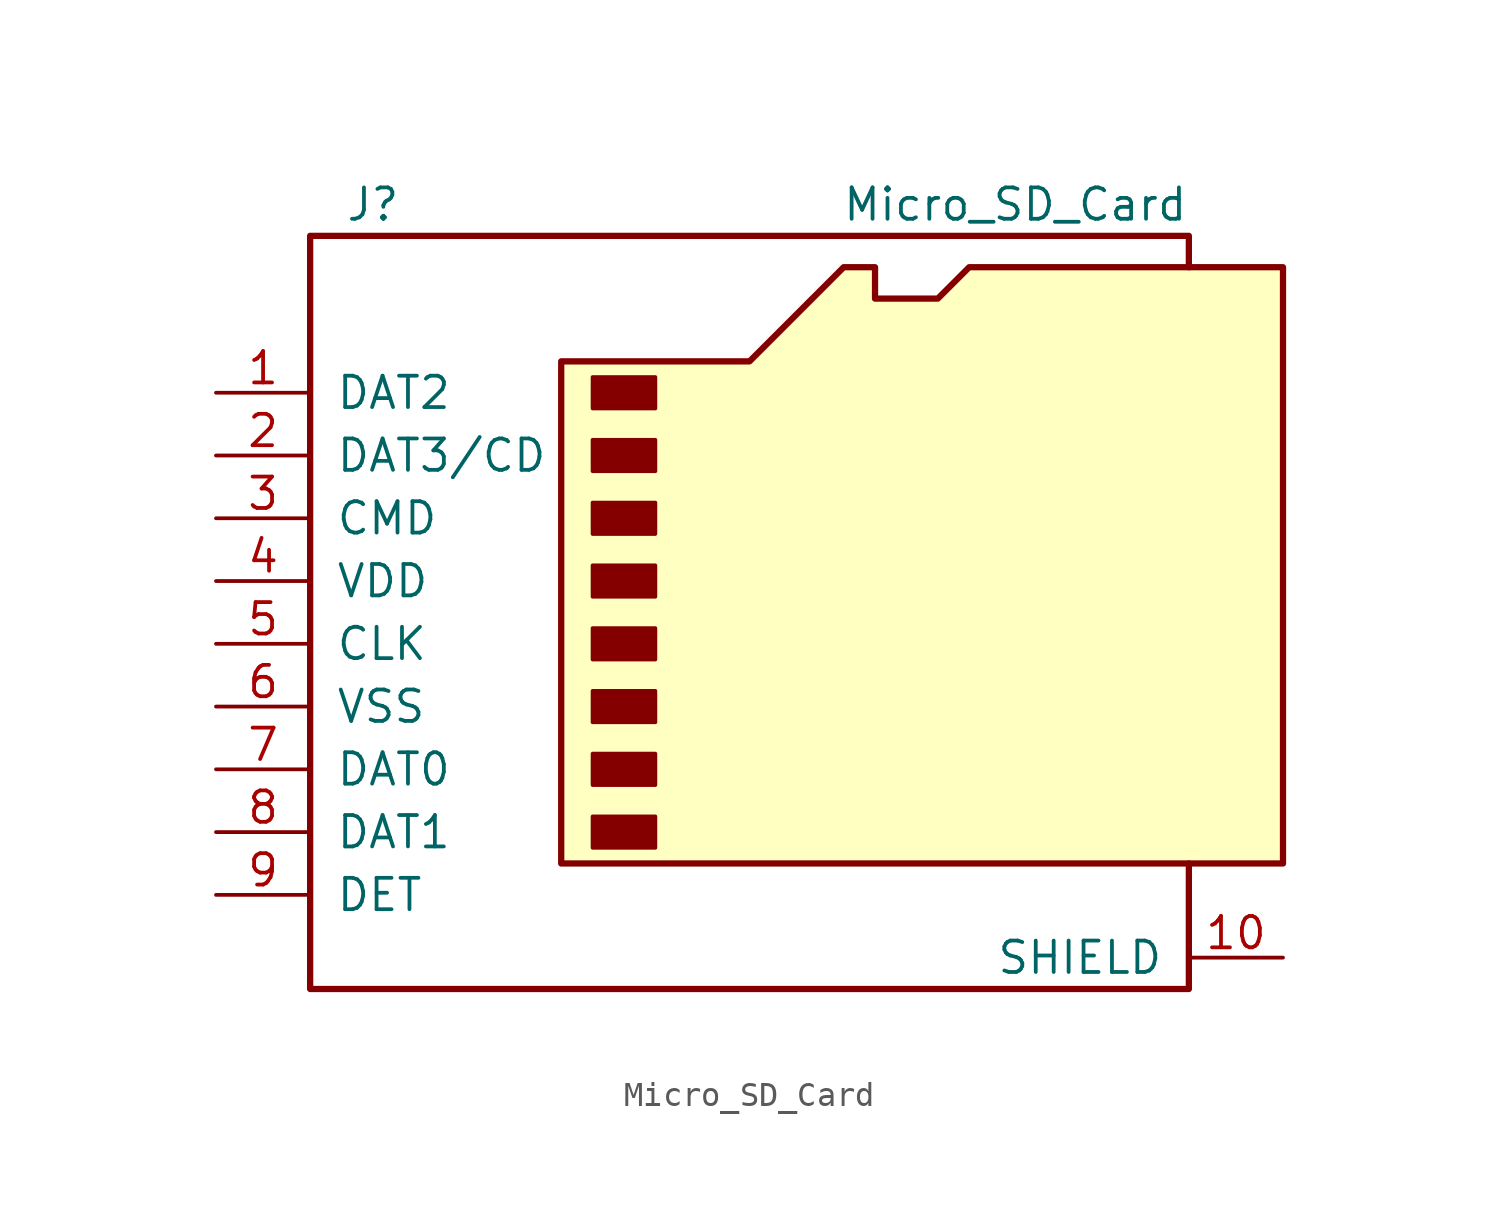
<source format=kicad_sym>
(kicad_symbol_lib
  (version 20211014)
  (generator kicad_symbol_editor)
  (symbol "Micro_SD_Card"
    (pin_names
      (offset 1.016))
    (property "Reference" "J"
      (at -16.51 15.24 0)
      (effects (font (size 1.27 1.27))))
    (property "Value" "Micro_SD_Card"
      (at 16.51 15.24 0)
      (effects (font (size 1.27 1.27)) (justify right)))
    (symbol "Micro_SD_Card_0_1"
      (rectangle (start -7.62 -9.525) (end -5.08 -10.795) (stroke (width 0) (type default) (color 0 0 0 0)) (fill (type outline)))
      (rectangle (start -7.62 -6.985) (end -5.08 -8.255) (stroke (width 0) (type default) (color 0 0 0 0)) (fill (type outline)))
      (rectangle (start -7.62 -4.445) (end -5.08 -5.715) (stroke (width 0) (type default) (color 0 0 0 0)) (fill (type outline)))
      (rectangle (start -7.62 -1.905) (end -5.08 -3.175) (stroke (width 0) (type default) (color 0 0 0 0)) (fill (type outline)))
      (rectangle (start -7.62 0.635) (end -5.08 -0.635) (stroke (width 0) (type default) (color 0 0 0 0)) (fill (type outline)))
      (rectangle (start -7.62 3.175) (end -5.08 1.905) (stroke (width 0) (type default) (color 0 0 0 0)) (fill (type outline)))
      (rectangle (start -7.62 5.715) (end -5.08 4.445) (stroke (width 0) (type default) (color 0 0 0 0)) (fill (type outline)))
      (rectangle (start -7.62 8.255) (end -5.08 6.985) (stroke (width 0) (type default) (color 0 0 0 0)) (fill (type outline)))
      (polyline (pts (xy 16.51 12.7) (xy 16.51 13.97) (xy -19.05 13.97) (xy -19.05 -16.51) (xy 16.51 -16.51) (xy 16.51 -11.43)) (stroke (width 0.254) (type default) (color 0 0 0 0)) (fill (type none)))
      (polyline (pts (xy -8.89 -11.43) (xy -8.89 8.89) (xy -1.27 8.89) (xy 2.54 12.7) (xy 3.81 12.7) (xy 3.81 11.43) (xy 6.35 11.43) (xy 7.62 12.7) (xy 20.32 12.7) (xy 20.32 -11.43) (xy -8.89 -11.43)) (stroke (width 0.254) (type default) (color 0 0 0 0)) (fill (type background))))
    (symbol "Micro_SD_Card_1_1"
      (pin bidirectional line (at -22.86 7.62 0) (length 3.81) (name "DAT2" (effects (font (size 1.27 1.27)))) (number "1" (effects (font (size 1.27 1.27)))))
      (pin passive line (at 20.32 -15.24 180) (length 3.81) (name "SHIELD" (effects (font (size 1.27 1.27)))) (number "10" (effects (font (size 1.27 1.27)))))
      (pin bidirectional line (at -22.86 5.08 0) (length 3.81) (name "DAT3/CD" (effects (font (size 1.27 1.27)))) (number "2" (effects (font (size 1.27 1.27)))))
      (pin input line (at -22.86 2.54 0) (length 3.81) (name "CMD" (effects (font (size 1.27 1.27)))) (number "3" (effects (font (size 1.27 1.27)))))
      (pin power_in line (at -22.86 0 0) (length 3.81) (name "VDD" (effects (font (size 1.27 1.27)))) (number "4" (effects (font (size 1.27 1.27)))))
      (pin input line (at -22.86 -2.54 0) (length 3.81) (name "CLK" (effects (font (size 1.27 1.27)))) (number "5" (effects (font (size 1.27 1.27)))))
      (pin power_in line (at -22.86 -5.08 0) (length 3.81) (name "VSS" (effects (font (size 1.27 1.27)))) (number "6" (effects (font (size 1.27 1.27)))))
      (pin bidirectional line (at -22.86 -7.62 0) (length 3.81) (name "DAT0" (effects (font (size 1.27 1.27)))) (number "7" (effects (font (size 1.27 1.27)))))
      (pin bidirectional line (at -22.86 -10.16 0) (length 3.81) (name "DAT1" (effects (font (size 1.27 1.27)))) (number "8" (effects (font (size 1.27 1.27)))))
      (pin passive line (at -22.86 -12.7 0) (length 3.81) (name "DET" (effects (font (size 1.27 1.27)))) (number "9" (effects (font (size 1.27 1.27))))))))
</source>
